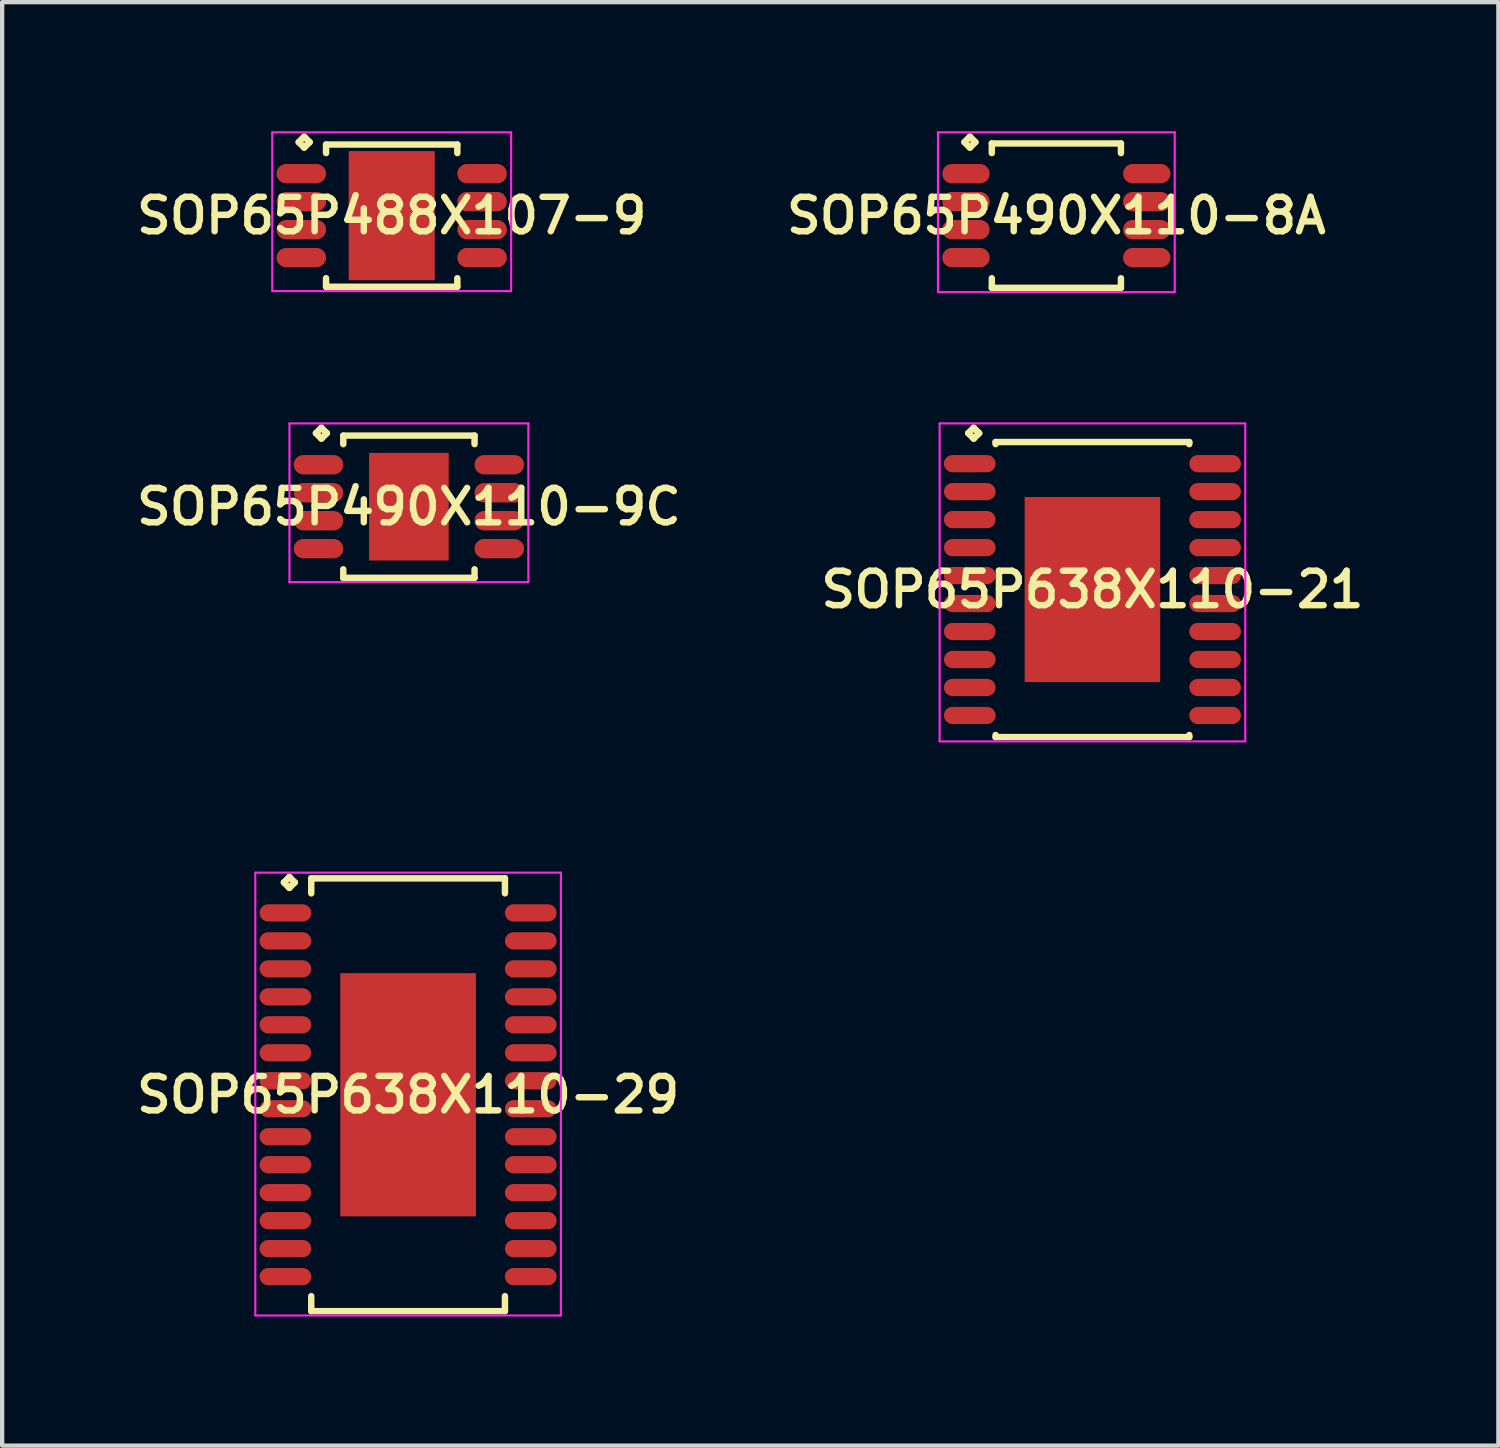
<source format=kicad_pcb>
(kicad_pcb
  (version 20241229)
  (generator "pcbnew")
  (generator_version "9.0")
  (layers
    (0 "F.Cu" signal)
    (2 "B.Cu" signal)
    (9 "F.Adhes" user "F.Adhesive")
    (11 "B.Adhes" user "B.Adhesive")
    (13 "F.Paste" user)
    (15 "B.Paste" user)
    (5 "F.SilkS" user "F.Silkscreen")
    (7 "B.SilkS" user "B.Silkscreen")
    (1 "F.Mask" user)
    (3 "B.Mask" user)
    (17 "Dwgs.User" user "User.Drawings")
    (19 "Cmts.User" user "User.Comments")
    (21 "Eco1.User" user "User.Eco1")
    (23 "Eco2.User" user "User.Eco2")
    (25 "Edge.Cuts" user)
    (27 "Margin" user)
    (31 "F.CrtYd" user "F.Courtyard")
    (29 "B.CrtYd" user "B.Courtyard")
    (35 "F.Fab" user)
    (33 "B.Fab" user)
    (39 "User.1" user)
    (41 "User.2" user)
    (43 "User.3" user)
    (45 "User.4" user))
  (footprint "SOP65P638X110-21"
    (layer "F.Cu")
    (at 22.33 10.647)
    (property "Reference" "SOP65P638X110-21" (at 0 0 0) (layer "F.SilkS") (effects (font (size 0.8 0.8) (thickness 0.15))))
    (attr smd)
    (fp_line (start -2.885 -3.633) (end -2.758 -3.76) (stroke (width 0.15) (type solid)) (layer "F.SilkS"))
    (fp_line (start -2.758 -3.76) (end -2.631 -3.633) (stroke (width 0.15) (type solid)) (layer "F.SilkS"))
    (fp_line (start -2.758 -3.506) (end -2.885 -3.633) (stroke (width 0.15) (type solid)) (layer "F.SilkS"))
    (fp_line (start -2.631 -3.633) (end -2.758 -3.506) (stroke (width 0.15) (type solid)) (layer "F.SilkS"))
    (fp_line (start -2.25 -3.427) (end 2.25 -3.427) (stroke (width 0.15) (type solid)) (layer "F.SilkS"))
    (fp_line (start -2.25 -3.379) (end -2.25 -3.427) (stroke (width 0.15) (type solid)) (layer "F.SilkS"))
    (fp_line (start -2.25 3.379) (end -2.25 3.427) (stroke (width 0.15) (type solid)) (layer "F.SilkS"))
    (fp_line (start -2.25 3.427) (end 2.25 3.427) (stroke (width 0.15) (type solid)) (layer "F.SilkS"))
    (fp_line (start 2.25 -3.427) (end 2.25 -3.379) (stroke (width 0.15) (type solid)) (layer "F.SilkS"))
    (fp_line (start 2.25 3.427) (end 2.25 3.379) (stroke (width 0.15) (type solid)) (layer "F.SilkS"))
    (fp_line (start -3.55 -3.86) (end 3.55 -3.86) (stroke (width 0.05) (type solid)) (layer "F.CrtYd"))
    (fp_line (start -3.55 3.527) (end -3.55 -3.86) (stroke (width 0.05) (type solid)) (layer "F.CrtYd"))
    (fp_line (start 3.55 -3.86) (end 3.55 3.527) (stroke (width 0.05) (type solid)) (layer "F.CrtYd"))
    (fp_line (start 3.55 3.527) (end -3.55 3.527) (stroke (width 0.05) (type solid)) (layer "F.CrtYd"))
    (pad "1" smd oval (at -2.85 -2.925) (size 1.2 0.4) (layers "F.Cu" "F.Mask" "F.Paste"))
    (pad "2" smd oval (at -2.85 -2.275) (size 1.2 0.4) (layers "F.Cu" "F.Mask" "F.Paste"))
    (pad "3" smd oval (at -2.85 -1.625) (size 1.2 0.4) (layers "F.Cu" "F.Mask" "F.Paste"))
    (pad "4" smd oval (at -2.85 -0.975) (size 1.2 0.4) (layers "F.Cu" "F.Mask" "F.Paste"))
    (pad "5" smd oval (at -2.85 -0.325) (size 1.2 0.4) (layers "F.Cu" "F.Mask" "F.Paste"))
    (pad "6" smd oval (at -2.85 0.325) (size 1.2 0.4) (layers "F.Cu" "F.Mask" "F.Paste"))
    (pad "7" smd oval (at -2.85 0.975) (size 1.2 0.4) (layers "F.Cu" "F.Mask" "F.Paste"))
    (pad "8" smd oval (at -2.85 1.625) (size 1.2 0.4) (layers "F.Cu" "F.Mask" "F.Paste"))
    (pad "9" smd oval (at -2.85 2.275) (size 1.2 0.4) (layers "F.Cu" "F.Mask" "F.Paste"))
    (pad "10" smd oval (at -2.85 2.925) (size 1.2 0.4) (layers "F.Cu" "F.Mask" "F.Paste"))
    (pad "11" smd oval (at 2.85 2.925) (size 1.2 0.4) (layers "F.Cu" "F.Mask" "F.Paste"))
    (pad "12" smd oval (at 2.85 2.275) (size 1.2 0.4) (layers "F.Cu" "F.Mask" "F.Paste"))
    (pad "13" smd oval (at 2.85 1.625) (size 1.2 0.4) (layers "F.Cu" "F.Mask" "F.Paste"))
    (pad "14" smd oval (at 2.85 0.975) (size 1.2 0.4) (layers "F.Cu" "F.Mask" "F.Paste"))
    (pad "15" smd oval (at 2.85 0.325) (size 1.2 0.4) (layers "F.Cu" "F.Mask" "F.Paste"))
    (pad "16" smd oval (at 2.85 -0.325) (size 1.2 0.4) (layers "F.Cu" "F.Mask" "F.Paste"))
    (pad "17" smd oval (at 2.85 -0.975) (size 1.2 0.4) (layers "F.Cu" "F.Mask" "F.Paste"))
    (pad "18" smd oval (at 2.85 -1.625) (size 1.2 0.4) (layers "F.Cu" "F.Mask" "F.Paste"))
    (pad "19" smd oval (at 2.85 -2.275) (size 1.2 0.4) (layers "F.Cu" "F.Mask" "F.Paste"))
    (pad "20" smd oval (at 2.85 -2.925) (size 1.2 0.4) (layers "F.Cu" "F.Mask" "F.Paste"))
    (pad "21" smd rect (at 0 0) (size 3.15 4.3) (layers "F.Cu" "F.Mask" "F.Paste")))
  (footprint "SOP65P488X107-9"
    (layer "F.Cu")
    (at 6.05 1.96)
    (property "Reference" "SOP65P488X107-9" (at 0 0 0) (layer "F.SilkS") (effects (font (size 0.8 0.8) (thickness 0.15))))
    (attr smd)
    (fp_line (start -2.16 -1.708) (end -2.033 -1.835) (stroke (width 0.15) (type solid)) (layer "F.SilkS"))
    (fp_line (start -2.033 -1.835) (end -1.906 -1.708) (stroke (width 0.15) (type solid)) (layer "F.SilkS"))
    (fp_line (start -2.033 -1.581) (end -2.16 -1.708) (stroke (width 0.15) (type solid)) (layer "F.SilkS"))
    (fp_line (start -1.906 -1.708) (end -2.033 -1.581) (stroke (width 0.15) (type solid)) (layer "F.SilkS"))
    (fp_line (start -1.525 -1.652) (end 1.525 -1.652) (stroke (width 0.15) (type solid)) (layer "F.SilkS"))
    (fp_line (start -1.525 -1.454) (end -1.525 -1.652) (stroke (width 0.15) (type solid)) (layer "F.SilkS"))
    (fp_line (start -1.525 1.454) (end -1.525 1.652) (stroke (width 0.15) (type solid)) (layer "F.SilkS"))
    (fp_line (start -1.525 1.652) (end 1.525 1.652) (stroke (width 0.15) (type solid)) (layer "F.SilkS"))
    (fp_line (start 1.525 -1.652) (end 1.525 -1.454) (stroke (width 0.15) (type solid)) (layer "F.SilkS"))
    (fp_line (start 1.525 1.652) (end 1.525 1.454) (stroke (width 0.15) (type solid)) (layer "F.SilkS"))
    (fp_line (start -2.775 -1.935) (end 2.775 -1.935) (stroke (width 0.05) (type solid)) (layer "F.CrtYd"))
    (fp_line (start -2.775 1.752) (end -2.775 -1.935) (stroke (width 0.05) (type solid)) (layer "F.CrtYd"))
    (fp_line (start 2.775 -1.935) (end 2.775 1.752) (stroke (width 0.05) (type solid)) (layer "F.CrtYd"))
    (fp_line (start 2.775 1.752) (end -2.775 1.752) (stroke (width 0.05) (type solid)) (layer "F.CrtYd"))
    (pad "1" smd oval (at -2.1 -0.975) (size 1.15 0.45) (layers "F.Cu" "F.Mask" "F.Paste"))
    (pad "2" smd oval (at -2.1 -0.325) (size 1.15 0.45) (layers "F.Cu" "F.Mask" "F.Paste"))
    (pad "3" smd oval (at -2.1 0.325) (size 1.15 0.45) (layers "F.Cu" "F.Mask" "F.Paste"))
    (pad "4" smd oval (at -2.1 0.975) (size 1.15 0.45) (layers "F.Cu" "F.Mask" "F.Paste"))
    (pad "5" smd oval (at 2.1 0.975) (size 1.15 0.45) (layers "F.Cu" "F.Mask" "F.Paste"))
    (pad "6" smd oval (at 2.1 0.325) (size 1.15 0.45) (layers "F.Cu" "F.Mask" "F.Paste"))
    (pad "7" smd oval (at 2.1 -0.325) (size 1.15 0.45) (layers "F.Cu" "F.Mask" "F.Paste"))
    (pad "8" smd oval (at 2.1 -0.975) (size 1.15 0.45) (layers "F.Cu" "F.Mask" "F.Paste"))
    (pad "9" smd rect (at 0 0) (size 2 3) (layers "F.Cu" "F.Mask" "F.Paste")))
  (footprint "SOP65P490X110-8A"
    (layer "F.Cu")
    (at 21.492 1.96)
    (property "Reference" "SOP65P490X110-8A" (at 0 0 0) (layer "F.SilkS") (effects (font (size 0.8 0.8) (thickness 0.15))))
    (attr smd)
    (fp_line (start -2.135 -1.708) (end -2.008 -1.835) (stroke (width 0.15) (type solid)) (layer "F.SilkS"))
    (fp_line (start -2.008 -1.835) (end -1.881 -1.708) (stroke (width 0.15) (type solid)) (layer "F.SilkS"))
    (fp_line (start -2.008 -1.581) (end -2.135 -1.708) (stroke (width 0.15) (type solid)) (layer "F.SilkS"))
    (fp_line (start -1.881 -1.708) (end -2.008 -1.581) (stroke (width 0.15) (type solid)) (layer "F.SilkS"))
    (fp_line (start -1.5 -1.677) (end 1.5 -1.677) (stroke (width 0.15) (type solid)) (layer "F.SilkS"))
    (fp_line (start -1.5 -1.454) (end -1.5 -1.677) (stroke (width 0.15) (type solid)) (layer "F.SilkS"))
    (fp_line (start -1.5 1.454) (end -1.5 1.677) (stroke (width 0.15) (type solid)) (layer "F.SilkS"))
    (fp_line (start -1.5 1.677) (end 1.5 1.677) (stroke (width 0.15) (type solid)) (layer "F.SilkS"))
    (fp_line (start 1.5 -1.677) (end 1.5 -1.454) (stroke (width 0.15) (type solid)) (layer "F.SilkS"))
    (fp_line (start 1.5 1.677) (end 1.5 1.454) (stroke (width 0.15) (type solid)) (layer "F.SilkS"))
    (fp_line (start -2.75 -1.935) (end 2.75 -1.935) (stroke (width 0.05) (type solid)) (layer "F.CrtYd"))
    (fp_line (start -2.75 1.777) (end -2.75 -1.935) (stroke (width 0.05) (type solid)) (layer "F.CrtYd"))
    (fp_line (start 2.75 -1.935) (end 2.75 1.777) (stroke (width 0.05) (type solid)) (layer "F.CrtYd"))
    (fp_line (start 2.75 1.777) (end -2.75 1.777) (stroke (width 0.05) (type solid)) (layer "F.CrtYd"))
    (pad "1" smd oval (at -2.1 -0.975) (size 1.1 0.45) (layers "F.Cu" "F.Mask" "F.Paste"))
    (pad "2" smd oval (at -2.1 -0.325) (size 1.1 0.45) (layers "F.Cu" "F.Mask" "F.Paste"))
    (pad "3" smd oval (at -2.1 0.325) (size 1.1 0.45) (layers "F.Cu" "F.Mask" "F.Paste"))
    (pad "4" smd oval (at -2.1 0.975) (size 1.1 0.45) (layers "F.Cu" "F.Mask" "F.Paste"))
    (pad "5" smd oval (at 2.1 0.975) (size 1.1 0.45) (layers "F.Cu" "F.Mask" "F.Paste"))
    (pad "6" smd oval (at 2.1 0.325) (size 1.1 0.45) (layers "F.Cu" "F.Mask" "F.Paste"))
    (pad "7" smd oval (at 2.1 -0.325) (size 1.1 0.45) (layers "F.Cu" "F.Mask" "F.Paste"))
    (pad "8" smd oval (at 2.1 -0.975) (size 1.1 0.45) (layers "F.Cu" "F.Mask" "F.Paste")))
  (footprint "SOP65P490X110-9C"
    (layer "F.Cu")
    (at 6.45 8.722)
    (property "Reference" "SOP65P490X110-9C" (at 0 0 0) (layer "F.SilkS") (effects (font (size 0.8 0.8) (thickness 0.15))))
    (attr smd)
    (fp_line (start -2.16 -1.708) (end -2.033 -1.835) (stroke (width 0.15) (type solid)) (layer "F.SilkS"))
    (fp_line (start -2.033 -1.835) (end -1.906 -1.708) (stroke (width 0.15) (type solid)) (layer "F.SilkS"))
    (fp_line (start -2.033 -1.581) (end -2.16 -1.708) (stroke (width 0.15) (type solid)) (layer "F.SilkS"))
    (fp_line (start -1.906 -1.708) (end -2.033 -1.581) (stroke (width 0.15) (type solid)) (layer "F.SilkS"))
    (fp_line (start -1.525 -1.652) (end 1.525 -1.652) (stroke (width 0.15) (type solid)) (layer "F.SilkS"))
    (fp_line (start -1.525 -1.454) (end -1.525 -1.652) (stroke (width 0.15) (type solid)) (layer "F.SilkS"))
    (fp_line (start -1.525 1.454) (end -1.525 1.652) (stroke (width 0.15) (type solid)) (layer "F.SilkS"))
    (fp_line (start -1.525 1.652) (end 1.525 1.652) (stroke (width 0.15) (type solid)) (layer "F.SilkS"))
    (fp_line (start 1.525 -1.652) (end 1.525 -1.454) (stroke (width 0.15) (type solid)) (layer "F.SilkS"))
    (fp_line (start 1.525 1.652) (end 1.525 1.454) (stroke (width 0.15) (type solid)) (layer "F.SilkS"))
    (fp_line (start -2.775 -1.935) (end 2.775 -1.935) (stroke (width 0.05) (type solid)) (layer "F.CrtYd"))
    (fp_line (start -2.775 1.752) (end -2.775 -1.935) (stroke (width 0.05) (type solid)) (layer "F.CrtYd"))
    (fp_line (start 2.775 -1.935) (end 2.775 1.752) (stroke (width 0.05) (type solid)) (layer "F.CrtYd"))
    (fp_line (start 2.775 1.752) (end -2.775 1.752) (stroke (width 0.05) (type solid)) (layer "F.CrtYd"))
    (pad "1" smd oval (at -2.1 -0.975) (size 1.15 0.45) (layers "F.Cu" "F.Mask" "F.Paste"))
    (pad "2" smd oval (at -2.1 -0.325) (size 1.15 0.45) (layers "F.Cu" "F.Mask" "F.Paste"))
    (pad "3" smd oval (at -2.1 0.325) (size 1.15 0.45) (layers "F.Cu" "F.Mask" "F.Paste"))
    (pad "4" smd oval (at -2.1 0.975) (size 1.15 0.45) (layers "F.Cu" "F.Mask" "F.Paste"))
    (pad "5" smd oval (at 2.1 0.975) (size 1.15 0.45) (layers "F.Cu" "F.Mask" "F.Paste"))
    (pad "6" smd oval (at 2.1 0.325) (size 1.15 0.45) (layers "F.Cu" "F.Mask" "F.Paste"))
    (pad "7" smd oval (at 2.1 -0.325) (size 1.15 0.45) (layers "F.Cu" "F.Mask" "F.Paste"))
    (pad "8" smd oval (at 2.1 -0.975) (size 1.15 0.45) (layers "F.Cu" "F.Mask" "F.Paste"))
    (pad "9" smd rect (at 0 0) (size 1.85 2.5) (layers "F.Cu" "F.Mask" "F.Paste")))
  (footprint "SOP65P638X110-29"
    (layer "F.Cu")
    (at 6.431 22.384)
    (property "Reference" "SOP65P638X110-29" (at 0 0 0) (layer "F.SilkS") (effects (font (size 0.8 0.8) (thickness 0.15))))
    (attr smd)
    (fp_line (start -2.885 -4.933) (end -2.758 -5.06) (stroke (width 0.15) (type solid)) (layer "F.SilkS"))
    (fp_line (start -2.758 -5.06) (end -2.631 -4.933) (stroke (width 0.15) (type solid)) (layer "F.SilkS"))
    (fp_line (start -2.758 -4.806) (end -2.885 -4.933) (stroke (width 0.15) (type solid)) (layer "F.SilkS"))
    (fp_line (start -2.631 -4.933) (end -2.758 -4.806) (stroke (width 0.15) (type solid)) (layer "F.SilkS"))
    (fp_line (start -2.25 -5.027) (end 2.25 -5.027) (stroke (width 0.15) (type solid)) (layer "F.SilkS"))
    (fp_line (start -2.25 -4.679) (end -2.25 -5.027) (stroke (width 0.15) (type solid)) (layer "F.SilkS"))
    (fp_line (start -2.25 4.679) (end -2.25 5.027) (stroke (width 0.15) (type solid)) (layer "F.SilkS"))
    (fp_line (start -2.25 5.027) (end 2.25 5.027) (stroke (width 0.15) (type solid)) (layer "F.SilkS"))
    (fp_line (start 2.25 -5.027) (end 2.25 -4.679) (stroke (width 0.15) (type solid)) (layer "F.SilkS"))
    (fp_line (start 2.25 5.027) (end 2.25 4.679) (stroke (width 0.15) (type solid)) (layer "F.SilkS"))
    (fp_line (start -3.55 -5.16) (end 3.55 -5.16) (stroke (width 0.05) (type solid)) (layer "F.CrtYd"))
    (fp_line (start -3.55 5.127) (end -3.55 -5.16) (stroke (width 0.05) (type solid)) (layer "F.CrtYd"))
    (fp_line (start 3.55 -5.16) (end 3.55 5.127) (stroke (width 0.05) (type solid)) (layer "F.CrtYd"))
    (fp_line (start 3.55 5.127) (end -3.55 5.127) (stroke (width 0.05) (type solid)) (layer "F.CrtYd"))
    (pad "1" smd oval (at -2.85 -4.225) (size 1.2 0.4) (layers "F.Cu" "F.Mask" "F.Paste"))
    (pad "2" smd oval (at -2.85 -3.575) (size 1.2 0.4) (layers "F.Cu" "F.Mask" "F.Paste"))
    (pad "3" smd oval (at -2.85 -2.925) (size 1.2 0.4) (layers "F.Cu" "F.Mask" "F.Paste"))
    (pad "4" smd oval (at -2.85 -2.275) (size 1.2 0.4) (layers "F.Cu" "F.Mask" "F.Paste"))
    (pad "5" smd oval (at -2.85 -1.625) (size 1.2 0.4) (layers "F.Cu" "F.Mask" "F.Paste"))
    (pad "6" smd oval (at -2.85 -0.975) (size 1.2 0.4) (layers "F.Cu" "F.Mask" "F.Paste"))
    (pad "7" smd oval (at -2.85 -0.325) (size 1.2 0.4) (layers "F.Cu" "F.Mask" "F.Paste"))
    (pad "8" smd oval (at -2.85 0.325) (size 1.2 0.4) (layers "F.Cu" "F.Mask" "F.Paste"))
    (pad "9" smd oval (at -2.85 0.975) (size 1.2 0.4) (layers "F.Cu" "F.Mask" "F.Paste"))
    (pad "10" smd oval (at -2.85 1.625) (size 1.2 0.4) (layers "F.Cu" "F.Mask" "F.Paste"))
    (pad "11" smd oval (at -2.85 2.275) (size 1.2 0.4) (layers "F.Cu" "F.Mask" "F.Paste"))
    (pad "12" smd oval (at -2.85 2.925) (size 1.2 0.4) (layers "F.Cu" "F.Mask" "F.Paste"))
    (pad "13" smd oval (at -2.85 3.575) (size 1.2 0.4) (layers "F.Cu" "F.Mask" "F.Paste"))
    (pad "14" smd oval (at -2.85 4.225) (size 1.2 0.4) (layers "F.Cu" "F.Mask" "F.Paste"))
    (pad "15" smd oval (at 2.85 4.225) (size 1.2 0.4) (layers "F.Cu" "F.Mask" "F.Paste"))
    (pad "16" smd oval (at 2.85 3.575) (size 1.2 0.4) (layers "F.Cu" "F.Mask" "F.Paste"))
    (pad "17" smd oval (at 2.85 2.925) (size 1.2 0.4) (layers "F.Cu" "F.Mask" "F.Paste"))
    (pad "18" smd oval (at 2.85 2.275) (size 1.2 0.4) (layers "F.Cu" "F.Mask" "F.Paste"))
    (pad "19" smd oval (at 2.85 1.625) (size 1.2 0.4) (layers "F.Cu" "F.Mask" "F.Paste"))
    (pad "20" smd oval (at 2.85 0.975) (size 1.2 0.4) (layers "F.Cu" "F.Mask" "F.Paste"))
    (pad "21" smd oval (at 2.85 0.325) (size 1.2 0.4) (layers "F.Cu" "F.Mask" "F.Paste"))
    (pad "22" smd oval (at 2.85 -0.325) (size 1.2 0.4) (layers "F.Cu" "F.Mask" "F.Paste"))
    (pad "23" smd oval (at 2.85 -0.975) (size 1.2 0.4) (layers "F.Cu" "F.Mask" "F.Paste"))
    (pad "24" smd oval (at 2.85 -1.625) (size 1.2 0.4) (layers "F.Cu" "F.Mask" "F.Paste"))
    (pad "25" smd oval (at 2.85 -2.275) (size 1.2 0.4) (layers "F.Cu" "F.Mask" "F.Paste"))
    (pad "26" smd oval (at 2.85 -2.925) (size 1.2 0.4) (layers "F.Cu" "F.Mask" "F.Paste"))
    (pad "27" smd oval (at 2.85 -3.575) (size 1.2 0.4) (layers "F.Cu" "F.Mask" "F.Paste"))
    (pad "28" smd oval (at 2.85 -4.225) (size 1.2 0.4) (layers "F.Cu" "F.Mask" "F.Paste"))
    (pad "29" smd rect (at 0 0) (size 3.15 5.65) (layers "F.Cu" "F.Mask" "F.Paste")))
  (gr_rect
    (start -3 -3)
    (end 31.761 30.536)
    (stroke (width 0.1) (type default))
    (fill no)
    (layer "Edge.Cuts")))
</source>
